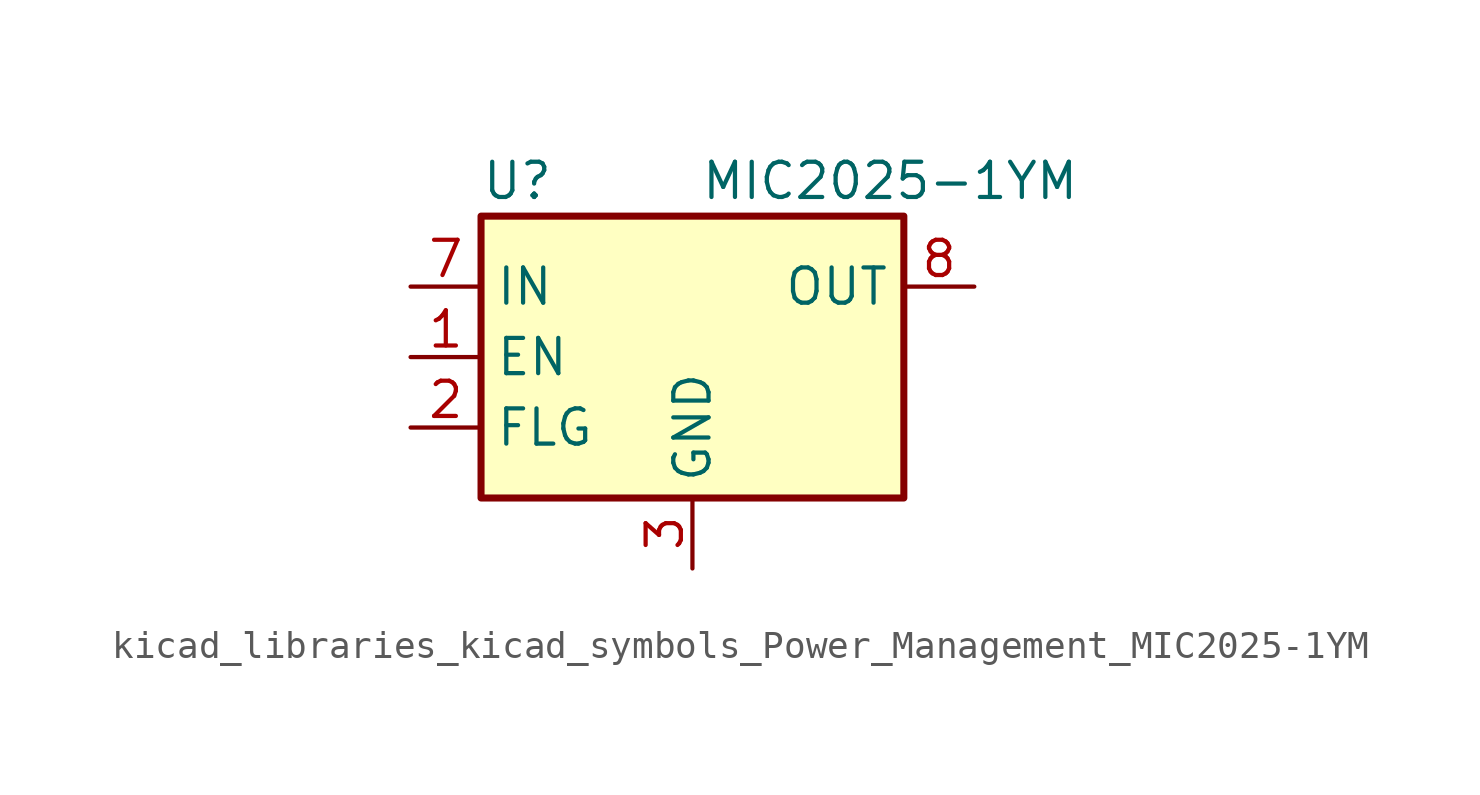
<source format=kicad_sym>
(kicad_symbol_lib
  (version 20220914)
  (generator kicad_symbol_editor)
  (symbol "kicad_libraries_kicad_symbols_Power_Management_MIC2025-1YM"
    (property "Reference" "U"
      (at -7.62 6.35 0)
      (effects (font (size 1.27 1.27)) (justify left)))
    (property "Value" "MIC2025-1YM"
      (at 13.97 6.35 0)
      (effects (font (size 1.27 1.27)) (justify right)))
    (symbol "kicad_libraries_kicad_symbols_Power_Management_MIC2025-1YM_0_1"
      (rectangle (start -7.62 5.08) (end 7.62 -5.08) (stroke (width 0.254) (type default)) (fill (type background))))
    (symbol "kicad_libraries_kicad_symbols_Power_Management_MIC2025-1YM_1_1"
      (pin input line (at -10.16 0 0) (length 2.54) (name "EN" (effects (font (size 1.27 1.27)))) (number "1" (effects (font (size 1.27 1.27)))))
      (pin open_collector line (at -10.16 -2.54 0) (length 2.54) (name "FLG" (effects (font (size 1.27 1.27)))) (number "2" (effects (font (size 1.27 1.27)))))
      (pin power_in line (at 0 -7.62 90) (length 2.54) (name "GND" (effects (font (size 1.27 1.27)))) (number "3" (effects (font (size 1.27 1.27)))))
      (pin no_connect line (at 7.62 0 180) (length 2.54) hide (name "NC" (effects (font (size 1.27 1.27)))) (number "4" (effects (font (size 1.27 1.27)))))
      (pin no_connect line (at 7.62 -2.54 180) (length 2.54) hide (name "NC" (effects (font (size 1.27 1.27)))) (number "5" (effects (font (size 1.27 1.27)))))
      (pin passive line (at 10.16 2.54 180) (length 2.54) hide (name "OUT" (effects (font (size 1.27 1.27)))) (number "6" (effects (font (size 1.27 1.27)))))
      (pin power_in line (at -10.16 2.54 0) (length 2.54) (name "IN" (effects (font (size 1.27 1.27)))) (number "7" (effects (font (size 1.27 1.27)))))
      (pin power_out line (at 10.16 2.54 180) (length 2.54) (name "OUT" (effects (font (size 1.27 1.27)))) (number "8" (effects (font (size 1.27 1.27))))))))
</source>
